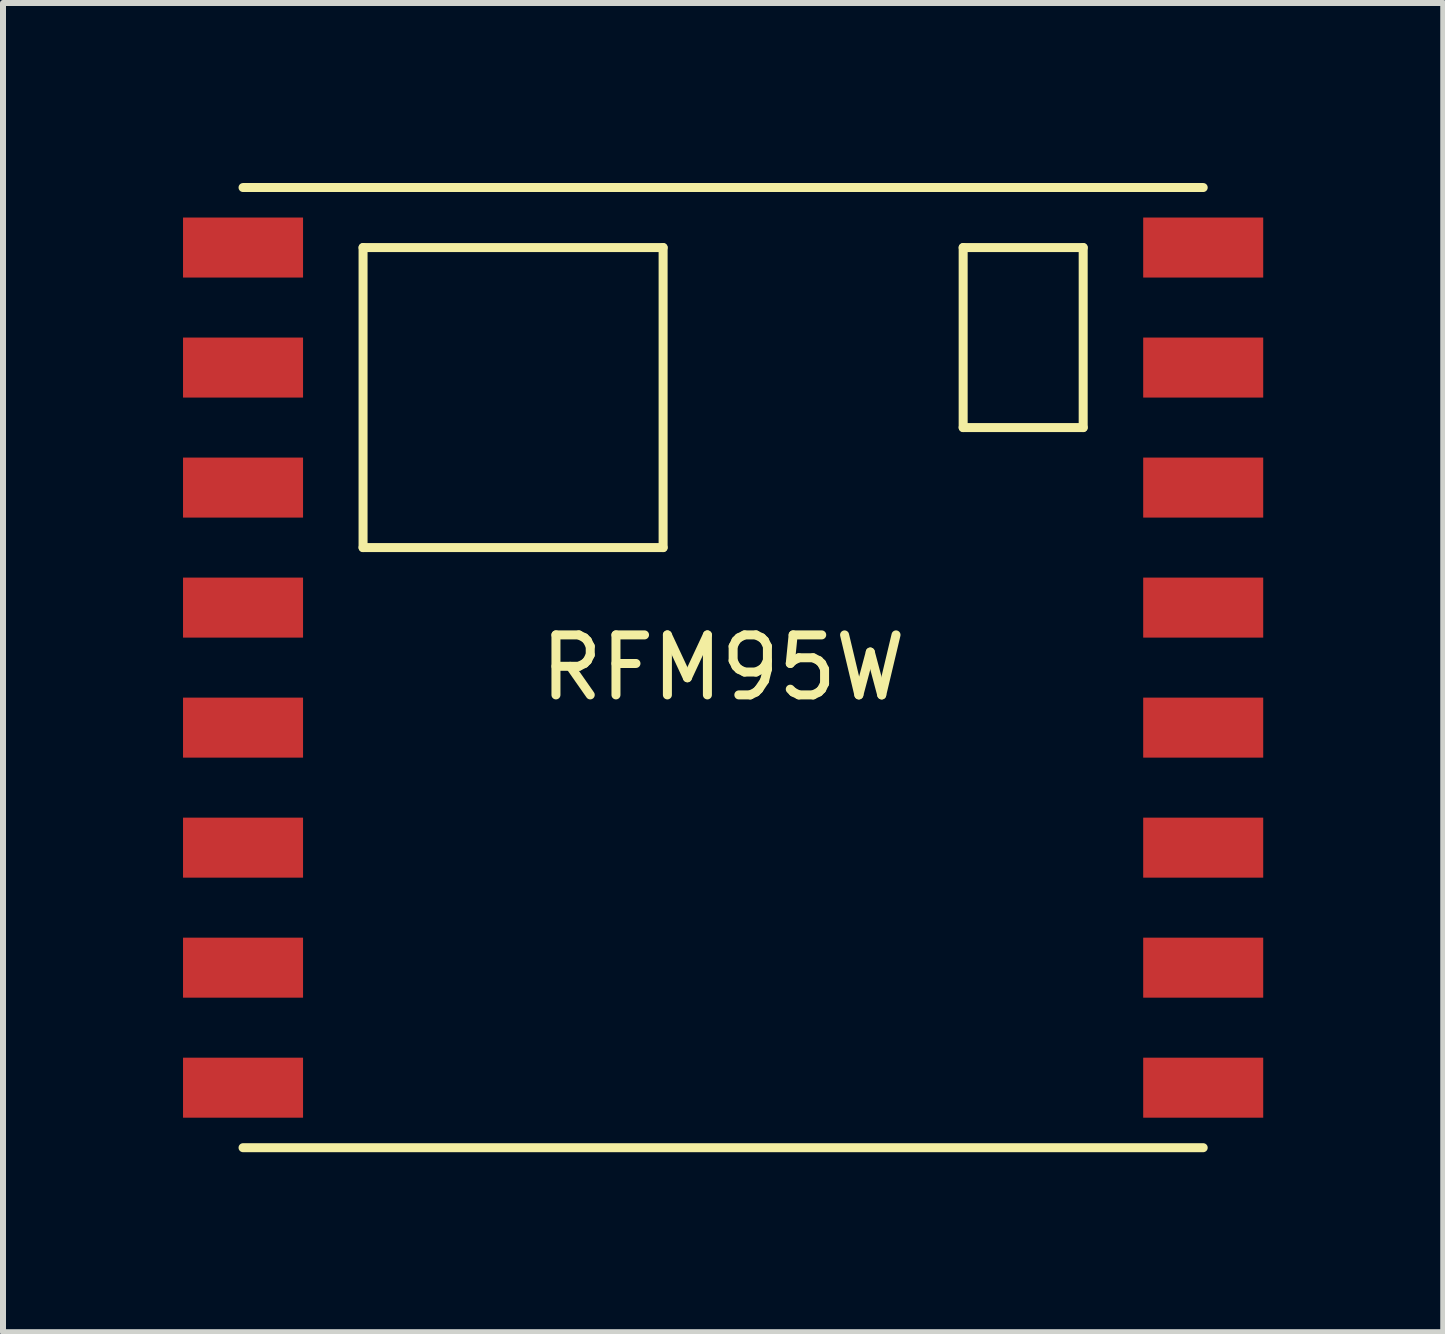
<source format=kicad_pcb>
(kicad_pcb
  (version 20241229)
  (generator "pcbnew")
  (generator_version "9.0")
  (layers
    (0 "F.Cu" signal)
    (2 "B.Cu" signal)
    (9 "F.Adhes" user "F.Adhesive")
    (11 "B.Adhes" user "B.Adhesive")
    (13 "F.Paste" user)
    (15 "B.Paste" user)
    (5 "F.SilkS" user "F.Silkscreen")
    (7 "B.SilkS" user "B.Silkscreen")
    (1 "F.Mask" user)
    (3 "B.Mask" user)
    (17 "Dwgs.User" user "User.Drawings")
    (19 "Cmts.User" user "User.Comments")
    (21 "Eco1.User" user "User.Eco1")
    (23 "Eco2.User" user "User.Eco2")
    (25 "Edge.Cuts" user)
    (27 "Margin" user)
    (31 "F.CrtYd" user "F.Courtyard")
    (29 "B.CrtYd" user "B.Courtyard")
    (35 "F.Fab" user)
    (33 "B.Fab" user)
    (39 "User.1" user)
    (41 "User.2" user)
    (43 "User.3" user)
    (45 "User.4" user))
  (footprint "RFM95W"
    (layer "F.Cu")
    (at 9 8.075)
    (property "Reference" "RFM95W" (at 0 0 0) (layer "F.SilkS") (effects (font (size 1 1) (thickness 0.15))))
    (attr through_hole)
    (fp_line (start -8 -8) (end 8 -8) (stroke (width 0.15) (type solid)) (layer "F.SilkS"))
    (fp_line (start -6 -7) (end -6 -2) (stroke (width 0.15) (type solid)) (layer "F.SilkS"))
    (fp_line (start -6 -2) (end -1 -2) (stroke (width 0.15) (type solid)) (layer "F.SilkS"))
    (fp_line (start -1 -7) (end -6 -7) (stroke (width 0.15) (type solid)) (layer "F.SilkS"))
    (fp_line (start -1 -2) (end -1 -7) (stroke (width 0.15) (type solid)) (layer "F.SilkS"))
    (fp_line (start 4 -7) (end 4 -4) (stroke (width 0.15) (type solid)) (layer "F.SilkS"))
    (fp_line (start 4 -4) (end 6 -4) (stroke (width 0.15) (type solid)) (layer "F.SilkS"))
    (fp_line (start 6 -7) (end 4 -7) (stroke (width 0.15) (type solid)) (layer "F.SilkS"))
    (fp_line (start 6 -4) (end 6 -7) (stroke (width 0.15) (type solid)) (layer "F.SilkS"))
    (fp_line (start 8 8) (end -8 8) (stroke (width 0.15) (type solid)) (layer "F.SilkS"))
    (pad "1" smd rect (at -8 -7) (size 2 1) (layers "F.Cu" "F.Mask" "F.Paste"))
    (pad "2" smd rect (at -8 -5) (size 2 1) (layers "F.Cu" "F.Mask" "F.Paste"))
    (pad "3" smd rect (at -8 -3) (size 2 1) (layers "F.Cu" "F.Mask" "F.Paste"))
    (pad "4" smd rect (at -8 -1) (size 2 1) (layers "F.Cu" "F.Mask" "F.Paste"))
    (pad "5" smd rect (at -8 1) (size 2 1) (layers "F.Cu" "F.Mask" "F.Paste"))
    (pad "6" smd rect (at -8 3) (size 2 1) (layers "F.Cu" "F.Mask" "F.Paste"))
    (pad "7" smd rect (at -8 5) (size 2 1) (layers "F.Cu" "F.Mask" "F.Paste"))
    (pad "8" smd rect (at -8 7) (size 2 1) (layers "F.Cu" "F.Mask" "F.Paste"))
    (pad "9" smd rect (at 8 7) (size 2 1) (layers "F.Cu" "F.Mask" "F.Paste"))
    (pad "10" smd rect (at 8 5) (size 2 1) (layers "F.Cu" "F.Mask" "F.Paste"))
    (pad "11" smd rect (at 8 3) (size 2 1) (layers "F.Cu" "F.Mask" "F.Paste"))
    (pad "12" smd rect (at 8 1) (size 2 1) (layers "F.Cu" "F.Mask" "F.Paste"))
    (pad "13" smd rect (at 8 -1) (size 2 1) (layers "F.Cu" "F.Mask" "F.Paste"))
    (pad "14" smd rect (at 8 -3) (size 2 1) (layers "F.Cu" "F.Mask" "F.Paste"))
    (pad "15" smd rect (at 8 -5) (size 2 1) (layers "F.Cu" "F.Mask" "F.Paste"))
    (pad "16" smd rect (at 8 -7) (size 2 1) (layers "F.Cu" "F.Mask" "F.Paste")))
  (gr_rect
    (start -3 -3)
    (end 21 19.15)
    (stroke (width 0.1) (type default))
    (fill no)
    (layer "Edge.Cuts")))
</source>
